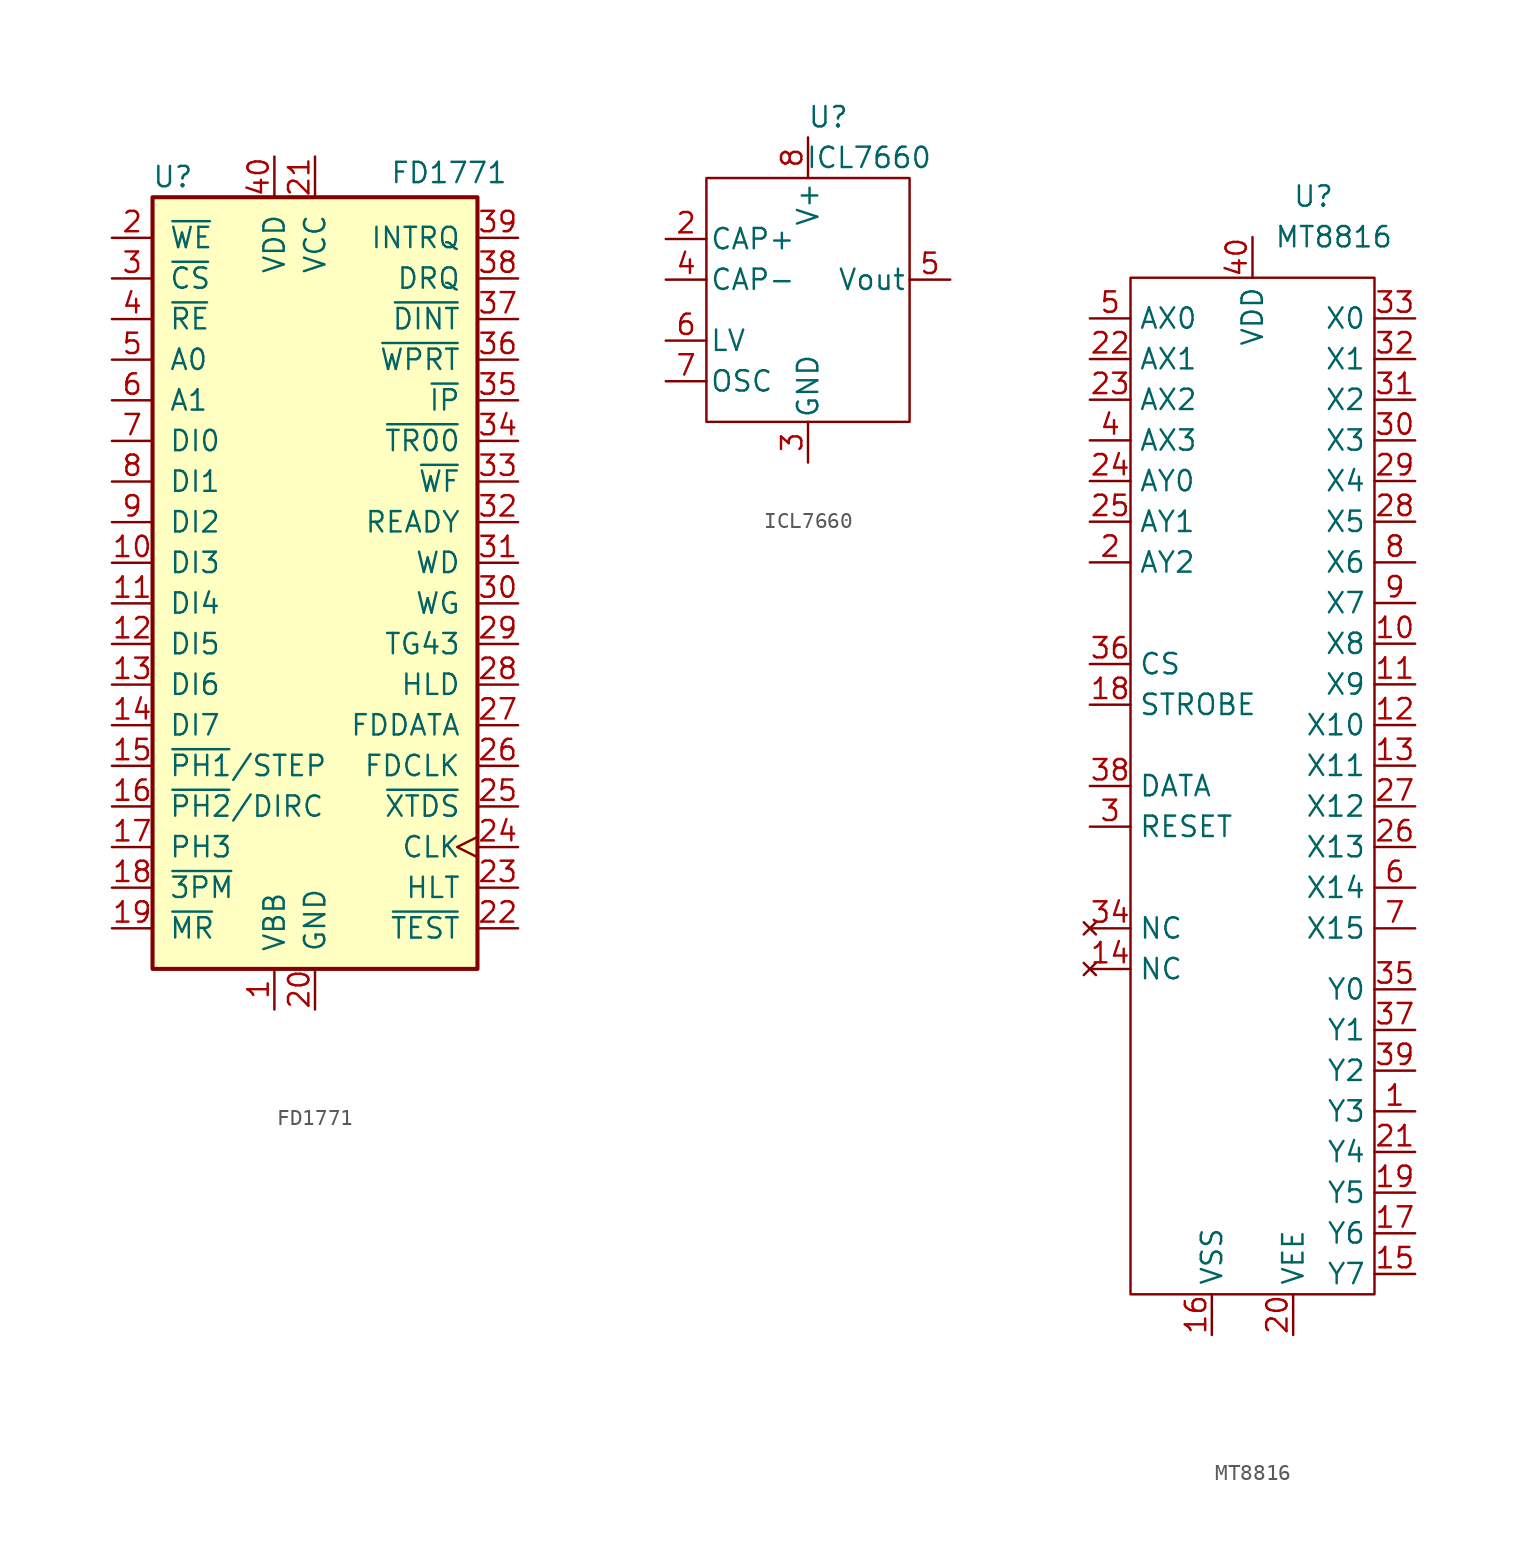
<source format=kicad_sym>
(kicad_symbol_lib
  (version 20231120)
  (generator "kicad_symbol_editor")
  (generator_version "8.0")
  (symbol "FD1771"
    (pin_names
      (offset 1.016))
    (property "Reference" "U"
      (at -8.89 24.13 0)
      (effects (font (size 1.27 1.27))))
    (property "Value" "FD1771"
      (at 8.382 24.384 0)
      (effects (font (size 1.27 1.27))))
    (symbol "FD1771_0_1"
      (rectangle (start -10.16 22.86) (end 10.16 -25.4) (stroke (width 0.254) (type default)) (fill (type background))))
    (symbol "FD1771_1_1"
      (pin power_in line (at -2.54 -27.94 90) (length 2.54) (name "VBB" (effects (font (size 1.27 1.27)))) (number "1" (effects (font (size 1.27 1.27)))))
      (pin tri_state line (at -12.7 0 0) (length 2.54) (name "DI3" (effects (font (size 1.27 1.27)))) (number "10" (effects (font (size 1.27 1.27)))))
      (pin tri_state line (at -12.7 -2.54 0) (length 2.54) (name "DI4" (effects (font (size 1.27 1.27)))) (number "11" (effects (font (size 1.27 1.27)))))
      (pin tri_state line (at -12.7 -5.08 0) (length 2.54) (name "DI5" (effects (font (size 1.27 1.27)))) (number "12" (effects (font (size 1.27 1.27)))))
      (pin tri_state line (at -12.7 -7.62 0) (length 2.54) (name "DI6" (effects (font (size 1.27 1.27)))) (number "13" (effects (font (size 1.27 1.27)))))
      (pin tri_state line (at -12.7 -10.16 0) (length 2.54) (name "DI7" (effects (font (size 1.27 1.27)))) (number "14" (effects (font (size 1.27 1.27)))))
      (pin output line (at -12.7 -12.7 0) (length 2.54) (name "~{PH1}/STEP" (effects (font (size 1.27 1.27)))) (number "15" (effects (font (size 1.27 1.27)))))
      (pin output line (at -12.7 -15.24 0) (length 2.54) (name "~{PH2}/DIRC" (effects (font (size 1.27 1.27)))) (number "16" (effects (font (size 1.27 1.27)))))
      (pin output line (at -12.7 -17.78 0) (length 2.54) (name "PH3" (effects (font (size 1.27 1.27)))) (number "17" (effects (font (size 1.27 1.27)))))
      (pin input line (at -12.7 -20.32 0) (length 2.54) (name "~{3PM}" (effects (font (size 1.27 1.27)))) (number "18" (effects (font (size 1.27 1.27)))))
      (pin input line (at -12.7 -22.86 0) (length 2.54) (name "~{MR}" (effects (font (size 1.27 1.27)))) (number "19" (effects (font (size 1.27 1.27)))))
      (pin input line (at -12.7 20.32 0) (length 2.54) (name "~{WE}" (effects (font (size 1.27 1.27)))) (number "2" (effects (font (size 1.27 1.27)))))
      (pin power_in line (at 0 -27.94 90) (length 2.54) (name "GND" (effects (font (size 1.27 1.27)))) (number "20" (effects (font (size 1.27 1.27)))))
      (pin power_in line (at 0 25.4 270) (length 2.54) (name "VCC" (effects (font (size 1.27 1.27)))) (number "21" (effects (font (size 1.27 1.27)))))
      (pin input line (at 12.7 -22.86 180) (length 2.54) (name "~{TEST}" (effects (font (size 1.27 1.27)))) (number "22" (effects (font (size 1.27 1.27)))))
      (pin input line (at 12.7 -20.32 180) (length 2.54) (name "HLT" (effects (font (size 1.27 1.27)))) (number "23" (effects (font (size 1.27 1.27)))))
      (pin input clock (at 12.7 -17.78 180) (length 2.54) (name "CLK" (effects (font (size 1.27 1.27)))) (number "24" (effects (font (size 1.27 1.27)))))
      (pin input line (at 12.7 -15.24 180) (length 2.54) (name "~{XTDS}" (effects (font (size 1.27 1.27)))) (number "25" (effects (font (size 1.27 1.27)))))
      (pin input line (at 12.7 -12.7 180) (length 2.54) (name "FDCLK" (effects (font (size 1.27 1.27)))) (number "26" (effects (font (size 1.27 1.27)))))
      (pin input line (at 12.7 -10.16 180) (length 2.54) (name "FDDATA" (effects (font (size 1.27 1.27)))) (number "27" (effects (font (size 1.27 1.27)))))
      (pin output line (at 12.7 -7.62 180) (length 2.54) (name "HLD" (effects (font (size 1.27 1.27)))) (number "28" (effects (font (size 1.27 1.27)))))
      (pin output line (at 12.7 -5.08 180) (length 2.54) (name "TG43" (effects (font (size 1.27 1.27)))) (number "29" (effects (font (size 1.27 1.27)))))
      (pin input line (at -12.7 17.78 0) (length 2.54) (name "~{CS}" (effects (font (size 1.27 1.27)))) (number "3" (effects (font (size 1.27 1.27)))))
      (pin output line (at 12.7 -2.54 180) (length 2.54) (name "WG" (effects (font (size 1.27 1.27)))) (number "30" (effects (font (size 1.27 1.27)))))
      (pin output line (at 12.7 0 180) (length 2.54) (name "WD" (effects (font (size 1.27 1.27)))) (number "31" (effects (font (size 1.27 1.27)))))
      (pin input line (at 12.7 2.54 180) (length 2.54) (name "READY" (effects (font (size 1.27 1.27)))) (number "32" (effects (font (size 1.27 1.27)))))
      (pin input line (at 12.7 5.08 180) (length 2.54) (name "~{WF}" (effects (font (size 1.27 1.27)))) (number "33" (effects (font (size 1.27 1.27)))))
      (pin input line (at 12.7 7.62 180) (length 2.54) (name "~{TR00}" (effects (font (size 1.27 1.27)))) (number "34" (effects (font (size 1.27 1.27)))))
      (pin input line (at 12.7 10.16 180) (length 2.54) (name "~{IP}" (effects (font (size 1.27 1.27)))) (number "35" (effects (font (size 1.27 1.27)))))
      (pin input line (at 12.7 12.7 180) (length 2.54) (name "~{WPRT}" (effects (font (size 1.27 1.27)))) (number "36" (effects (font (size 1.27 1.27)))))
      (pin input line (at 12.7 15.24 180) (length 2.54) (name "~{DINT}" (effects (font (size 1.27 1.27)))) (number "37" (effects (font (size 1.27 1.27)))))
      (pin output line (at 12.7 17.78 180) (length 2.54) (name "DRQ" (effects (font (size 1.27 1.27)))) (number "38" (effects (font (size 1.27 1.27)))))
      (pin input line (at 12.7 20.32 180) (length 2.54) (name "INTRQ" (effects (font (size 1.27 1.27)))) (number "39" (effects (font (size 1.27 1.27)))))
      (pin input line (at -12.7 15.24 0) (length 2.54) (name "~{RE}" (effects (font (size 1.27 1.27)))) (number "4" (effects (font (size 1.27 1.27)))))
      (pin power_in line (at -2.54 25.4 270) (length 2.54) (name "VDD" (effects (font (size 1.27 1.27)))) (number "40" (effects (font (size 1.27 1.27)))))
      (pin input line (at -12.7 12.7 0) (length 2.54) (name "A0" (effects (font (size 1.27 1.27)))) (number "5" (effects (font (size 1.27 1.27)))))
      (pin input line (at -12.7 10.16 0) (length 2.54) (name "A1" (effects (font (size 1.27 1.27)))) (number "6" (effects (font (size 1.27 1.27)))))
      (pin tri_state line (at -12.7 7.62 0) (length 2.54) (name "DI0" (effects (font (size 1.27 1.27)))) (number "7" (effects (font (size 1.27 1.27)))))
      (pin tri_state line (at -12.7 5.08 0) (length 2.54) (name "DI1" (effects (font (size 1.27 1.27)))) (number "8" (effects (font (size 1.27 1.27)))))
      (pin tri_state line (at -12.7 2.54 0) (length 2.54) (name "DI2" (effects (font (size 1.27 1.27)))) (number "9" (effects (font (size 1.27 1.27)))))))
  (symbol "ICL7660"
    (pin_names
      (offset 0.203))
    (property "Reference" "U"
      (at 1.27 0 0)
      (effects (font (size 1.27 1.27))))
    (property "Value" "ICL7660"
      (at 3.81 -2.54 0)
      (effects (font (size 1.27 1.27))))
    (symbol "ICL7660_0_1"
      (rectangle (start -6.35 -3.81) (end 6.35 -19.05) (stroke (width 0) (type default)) (fill (type none))))
    (symbol "ICL7660_1_1"
      (pin power_in line (at -8.89 -7.62 0) (length 2.54) (name "CAP+" (effects (font (size 1.27 1.27)))) (number "2" (effects (font (size 1.27 1.27)))))
      (pin power_in line (at 0 -21.59 90) (length 2.54) (name "GND" (effects (font (size 1.27 1.27)))) (number "3" (effects (font (size 1.27 1.27)))))
      (pin power_in line (at -8.89 -10.16 0) (length 2.54) (name "CAP-" (effects (font (size 1.27 1.27)))) (number "4" (effects (font (size 1.27 1.27)))))
      (pin power_out line (at 8.89 -10.16 180) (length 2.54) (name "Vout" (effects (font (size 1.27 1.27)))) (number "5" (effects (font (size 1.27 1.27)))))
      (pin power_in line (at -8.89 -13.97 0) (length 2.54) (name "LV" (effects (font (size 1.27 1.27)))) (number "6" (effects (font (size 1.27 1.27)))))
      (pin power_in line (at -8.89 -16.51 0) (length 2.54) (name "OSC" (effects (font (size 1.27 1.27)))) (number "7" (effects (font (size 1.27 1.27)))))
      (pin power_in line (at 0 -1.27 270) (length 2.54) (name "V+" (effects (font (size 1.27 1.27)))) (number "8" (effects (font (size 1.27 1.27)))))))
  (symbol "MT8816"
    (property "Reference" "U"
      (at 3.81 5.08 0)
      (effects (font (size 1.27 1.27))))
    (property "Value" "MT8816"
      (at 5.08 2.54 0)
      (effects (font (size 1.27 1.27))))
    (symbol "MT8816_0_1"
      (rectangle (start -7.62 0) (end 7.62 -63.5) (stroke (width 0.152) (type default)) (fill (type none))))
    (symbol "MT8816_1_1"
      (pin bidirectional line (at 10.16 -52.07 180) (length 2.54) (name "Y3" (effects (font (size 1.27 1.27)))) (number "1" (effects (font (size 1.27 1.27)))))
      (pin bidirectional line (at 10.16 -22.86 180) (length 2.54) (name "X8" (effects (font (size 1.27 1.27)))) (number "10" (effects (font (size 1.27 1.27)))))
      (pin bidirectional line (at 10.16 -25.4 180) (length 2.54) (name "X9" (effects (font (size 1.27 1.27)))) (number "11" (effects (font (size 1.27 1.27)))))
      (pin bidirectional line (at 10.16 -27.94 180) (length 2.54) (name "X10" (effects (font (size 1.27 1.27)))) (number "12" (effects (font (size 1.27 1.27)))))
      (pin bidirectional line (at 10.16 -30.48 180) (length 2.54) (name "X11" (effects (font (size 1.27 1.27)))) (number "13" (effects (font (size 1.27 1.27)))))
      (pin no_connect line (at -10.16 -43.18 0) (length 2.54) (name "NC" (effects (font (size 1.27 1.27)))) (number "14" (effects (font (size 1.27 1.27)))))
      (pin bidirectional line (at 10.16 -62.23 180) (length 2.54) (name "Y7" (effects (font (size 1.27 1.27)))) (number "15" (effects (font (size 1.27 1.27)))))
      (pin power_in line (at -2.54 -66.04 90) (length 2.54) (name "VSS" (effects (font (size 1.27 1.27)))) (number "16" (effects (font (size 1.27 1.27)))))
      (pin bidirectional line (at 10.16 -59.69 180) (length 2.54) (name "Y6" (effects (font (size 1.27 1.27)))) (number "17" (effects (font (size 1.27 1.27)))))
      (pin input line (at -10.16 -26.67 0) (length 2.54) (name "STROBE" (effects (font (size 1.27 1.27)))) (number "18" (effects (font (size 1.27 1.27)))))
      (pin bidirectional line (at 10.16 -57.15 180) (length 2.54) (name "Y5" (effects (font (size 1.27 1.27)))) (number "19" (effects (font (size 1.27 1.27)))))
      (pin input line (at -10.16 -17.78 0) (length 2.54) (name "AY2" (effects (font (size 1.27 1.27)))) (number "2" (effects (font (size 1.27 1.27)))))
      (pin power_in line (at 2.54 -66.04 90) (length 2.54) (name "VEE" (effects (font (size 1.27 1.27)))) (number "20" (effects (font (size 1.27 1.27)))))
      (pin bidirectional line (at 10.16 -54.61 180) (length 2.54) (name "Y4" (effects (font (size 1.27 1.27)))) (number "21" (effects (font (size 1.27 1.27)))))
      (pin input line (at -10.16 -5.08 0) (length 2.54) (name "AX1" (effects (font (size 1.27 1.27)))) (number "22" (effects (font (size 1.27 1.27)))))
      (pin input line (at -10.16 -7.62 0) (length 2.54) (name "AX2" (effects (font (size 1.27 1.27)))) (number "23" (effects (font (size 1.27 1.27)))))
      (pin input line (at -10.16 -12.7 0) (length 2.54) (name "AY0" (effects (font (size 1.27 1.27)))) (number "24" (effects (font (size 1.27 1.27)))))
      (pin input line (at -10.16 -15.24 0) (length 2.54) (name "AY1" (effects (font (size 1.27 1.27)))) (number "25" (effects (font (size 1.27 1.27)))))
      (pin bidirectional line (at 10.16 -35.56 180) (length 2.54) (name "X13" (effects (font (size 1.27 1.27)))) (number "26" (effects (font (size 1.27 1.27)))))
      (pin bidirectional line (at 10.16 -33.02 180) (length 2.54) (name "X12" (effects (font (size 1.27 1.27)))) (number "27" (effects (font (size 1.27 1.27)))))
      (pin bidirectional line (at 10.16 -15.24 180) (length 2.54) (name "X5" (effects (font (size 1.27 1.27)))) (number "28" (effects (font (size 1.27 1.27)))))
      (pin bidirectional line (at 10.16 -12.7 180) (length 2.54) (name "X4" (effects (font (size 1.27 1.27)))) (number "29" (effects (font (size 1.27 1.27)))))
      (pin input line (at -10.16 -34.29 0) (length 2.54) (name "RESET" (effects (font (size 1.27 1.27)))) (number "3" (effects (font (size 1.27 1.27)))))
      (pin bidirectional line (at 10.16 -10.16 180) (length 2.54) (name "X3" (effects (font (size 1.27 1.27)))) (number "30" (effects (font (size 1.27 1.27)))))
      (pin bidirectional line (at 10.16 -7.62 180) (length 2.54) (name "X2" (effects (font (size 1.27 1.27)))) (number "31" (effects (font (size 1.27 1.27)))))
      (pin bidirectional line (at 10.16 -5.08 180) (length 2.54) (name "X1" (effects (font (size 1.27 1.27)))) (number "32" (effects (font (size 1.27 1.27)))))
      (pin bidirectional line (at 10.16 -2.54 180) (length 2.54) (name "X0" (effects (font (size 1.27 1.27)))) (number "33" (effects (font (size 1.27 1.27)))))
      (pin no_connect line (at -10.16 -40.64 0) (length 2.54) (name "NC" (effects (font (size 1.27 1.27)))) (number "34" (effects (font (size 1.27 1.27)))))
      (pin bidirectional line (at 10.16 -44.45 180) (length 2.54) (name "Y0" (effects (font (size 1.27 1.27)))) (number "35" (effects (font (size 1.27 1.27)))))
      (pin input line (at -10.16 -24.13 0) (length 2.54) (name "CS" (effects (font (size 1.27 1.27)))) (number "36" (effects (font (size 1.27 1.27)))))
      (pin bidirectional line (at 10.16 -46.99 180) (length 2.54) (name "Y1" (effects (font (size 1.27 1.27)))) (number "37" (effects (font (size 1.27 1.27)))))
      (pin input line (at -10.16 -31.75 0) (length 2.54) (name "DATA" (effects (font (size 1.27 1.27)))) (number "38" (effects (font (size 1.27 1.27)))))
      (pin bidirectional line (at 10.16 -49.53 180) (length 2.54) (name "Y2" (effects (font (size 1.27 1.27)))) (number "39" (effects (font (size 1.27 1.27)))))
      (pin input line (at -10.16 -10.16 0) (length 2.54) (name "AX3" (effects (font (size 1.27 1.27)))) (number "4" (effects (font (size 1.27 1.27)))))
      (pin power_in line (at 0 2.54 270) (length 2.54) (name "VDD" (effects (font (size 1.27 1.27)))) (number "40" (effects (font (size 1.27 1.27)))))
      (pin input line (at -10.16 -2.54 0) (length 2.54) (name "AX0" (effects (font (size 1.27 1.27)))) (number "5" (effects (font (size 1.27 1.27)))))
      (pin bidirectional line (at 10.16 -38.1 180) (length 2.54) (name "X14" (effects (font (size 1.27 1.27)))) (number "6" (effects (font (size 1.27 1.27)))))
      (pin bidirectional line (at 10.16 -40.64 180) (length 2.54) (name "X15" (effects (font (size 1.27 1.27)))) (number "7" (effects (font (size 1.27 1.27)))))
      (pin bidirectional line (at 10.16 -17.78 180) (length 2.54) (name "X6" (effects (font (size 1.27 1.27)))) (number "8" (effects (font (size 1.27 1.27)))))
      (pin bidirectional line (at 10.16 -20.32 180) (length 2.54) (name "X7" (effects (font (size 1.27 1.27)))) (number "9" (effects (font (size 1.27 1.27))))))))
</source>
